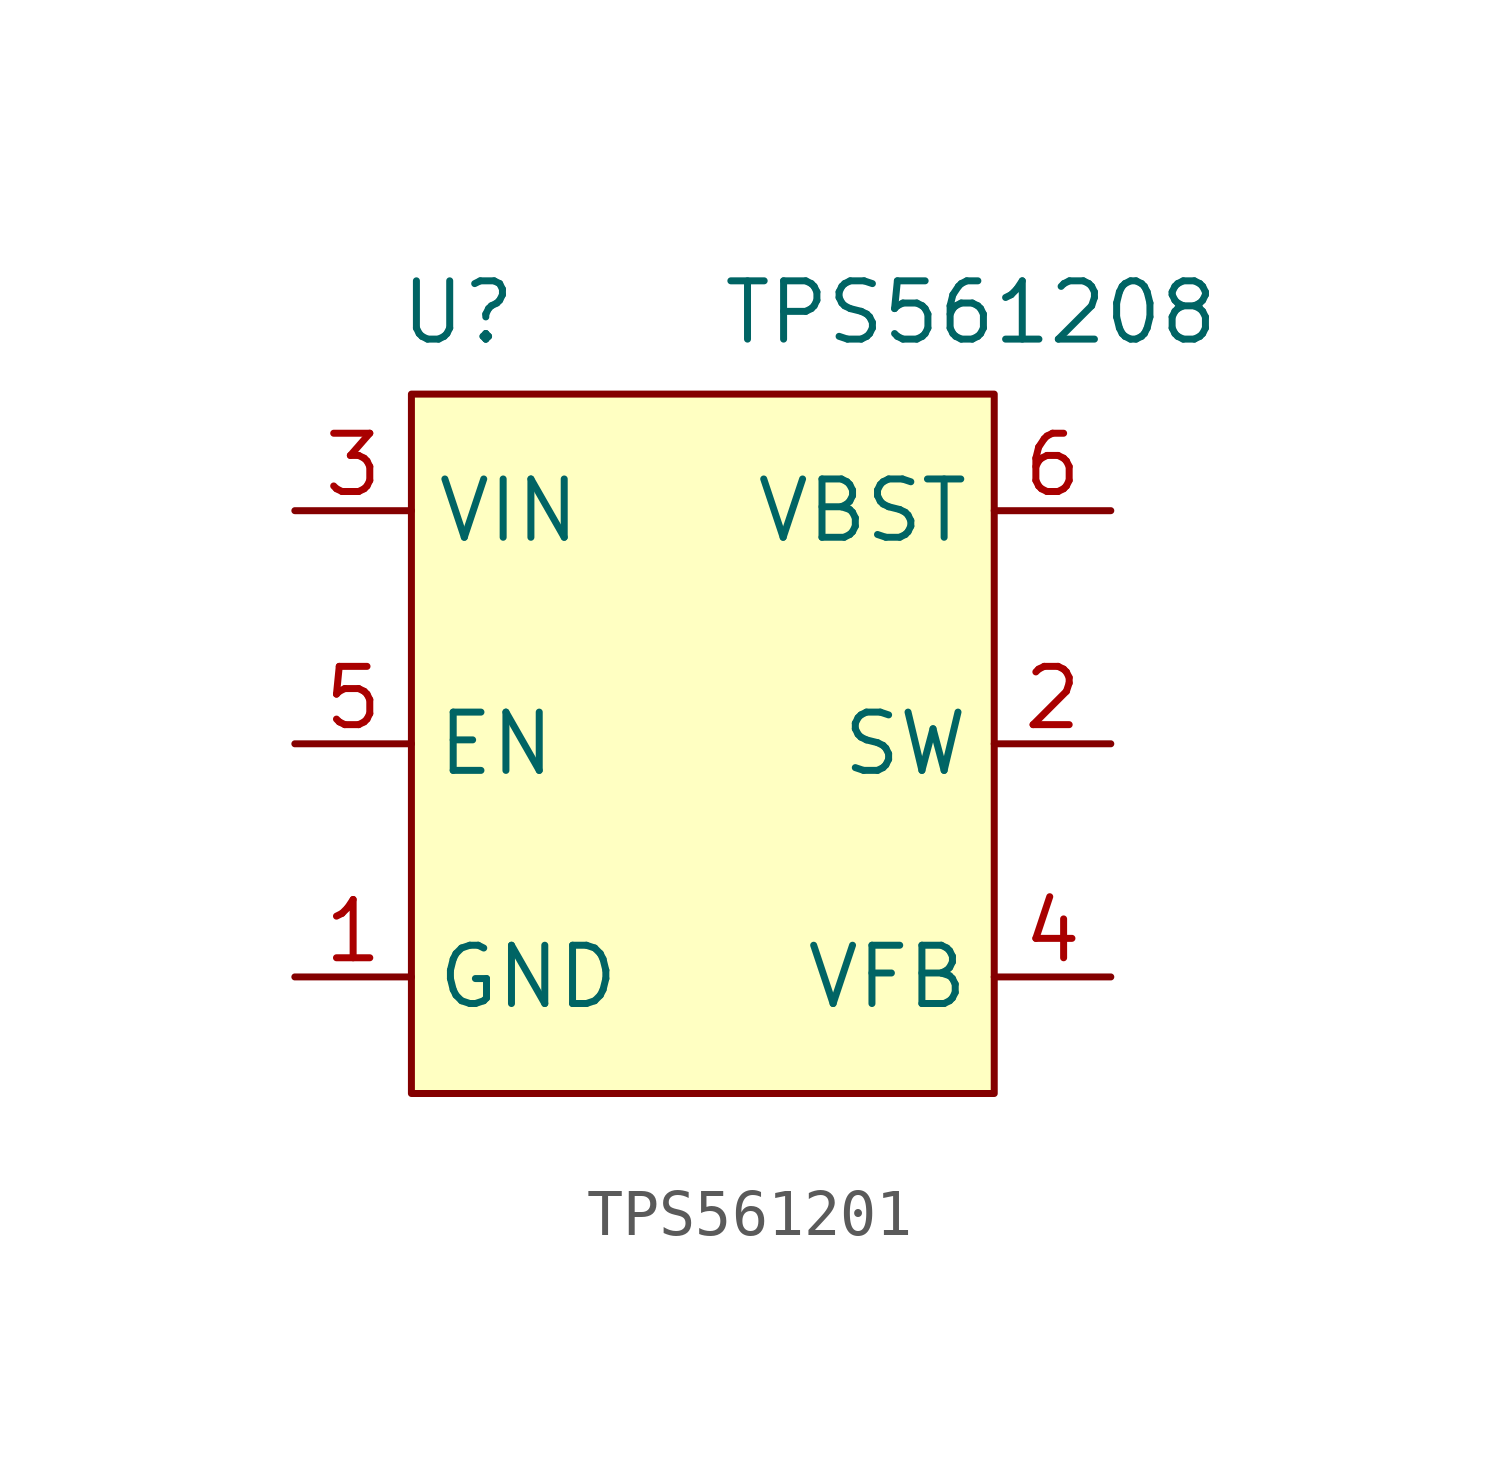
<source format=kicad_sym>
(kicad_symbol_lib
  (version 20231120)
  (generator "kicad_symbol_editor")
  (generator_version "8.0")
  (symbol "TPS561201"
    (property "Reference" "U"
      (at -5.334 6.858 0)
      (effects (font (size 1.27 1.27))))
    (property "Value" "TPS561208"
      (at 5.842 6.858 0)
      (effects (font (size 1.27 1.27))))
    (symbol "TPS561201_1_1"
      (rectangle (start -6.35 5.08) (end 6.35 -10.16) (stroke (width 0) (type default)) (fill (type background)))
      (pin power_in line (at -8.89 -7.62 0) (length 2.54) (name "GND" (effects (font (size 1.27 1.27)))) (number "1" (effects (font (size 1.27 1.27)))))
      (pin power_out line (at 8.89 -2.54 180) (length 2.54) (name "SW" (effects (font (size 1.27 1.27)))) (number "2" (effects (font (size 1.27 1.27)))))
      (pin power_in line (at -8.89 2.54 0) (length 2.54) (name "VIN" (effects (font (size 1.27 1.27)))) (number "3" (effects (font (size 1.27 1.27)))))
      (pin input line (at 8.89 -7.62 180) (length 2.54) (name "VFB" (effects (font (size 1.27 1.27)))) (number "4" (effects (font (size 1.27 1.27)))))
      (pin input line (at -8.89 -2.54 0) (length 2.54) (name "EN" (effects (font (size 1.27 1.27)))) (number "5" (effects (font (size 1.27 1.27)))))
      (pin input line (at 8.89 2.54 180) (length 2.54) (name "VBST" (effects (font (size 1.27 1.27)))) (number "6" (effects (font (size 1.27 1.27))))))))
</source>
